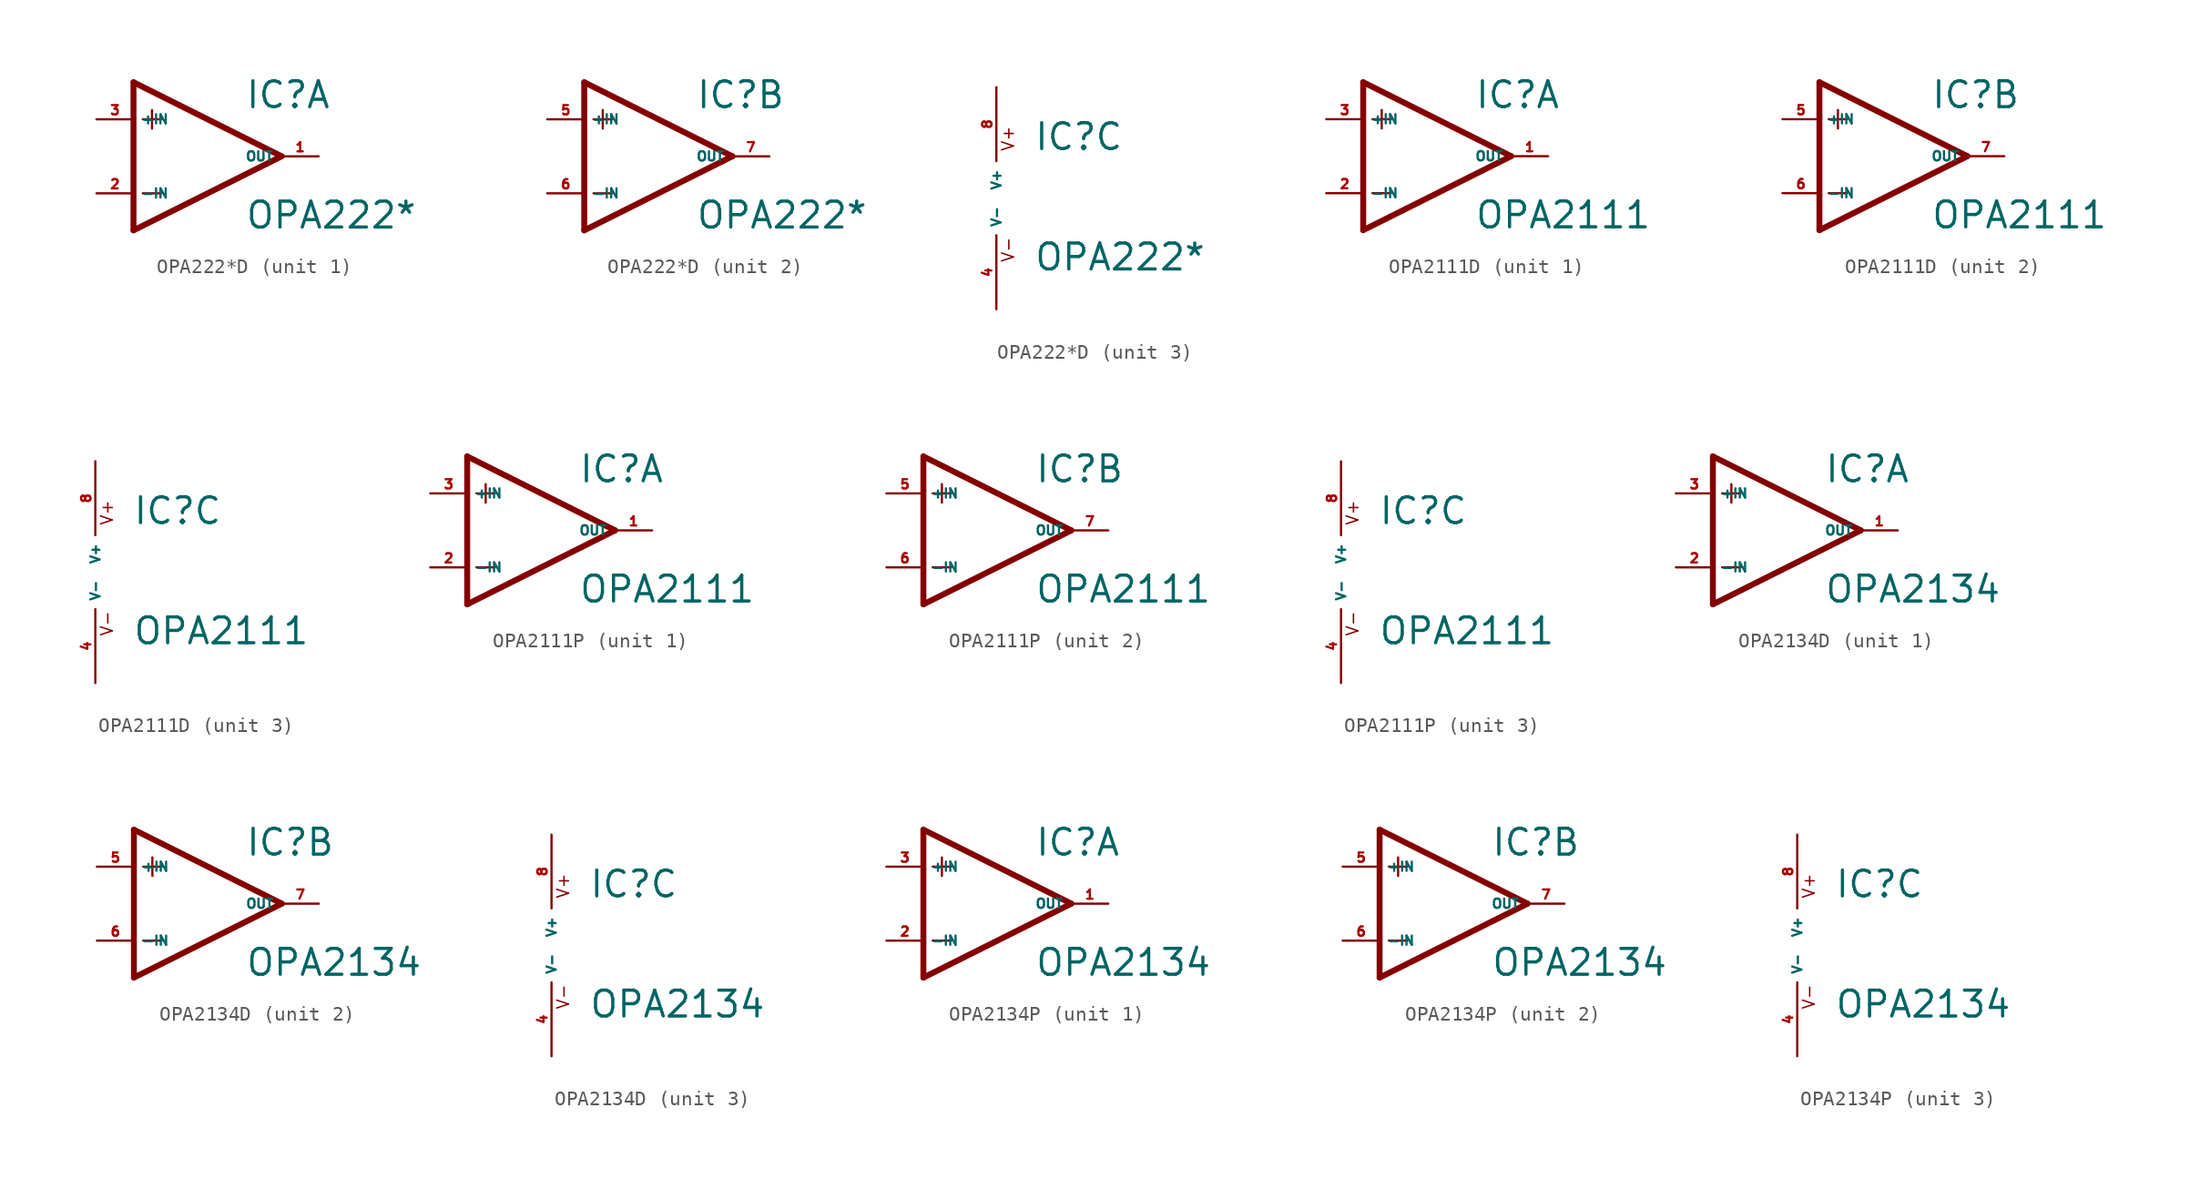
<source format=kicad_sym>
(kicad_symbol_lib
  (version 20220914)
  (generator Eagle2Kicad)
  (symbol "OPA222*D"
    (property "Reference" "IC"
      (at 2.54 3.175 0)
      (effects (font (size 1.778 1.778) (thickness 0.22)) (justify left bottom)))
    (property "Value" "OPA222*"
      (at 2.54 -5.08 0)
      (effects (font (size 1.778 1.778) (thickness 0.22)) (justify left bottom)))
    (symbol "OPA222*D_1_0"
      (polyline (pts (xy -5.08 5.08) (xy -5.08 -5.08)) (stroke (width 0.406) (type default)) (fill (type none)))
      (polyline (pts (xy -5.08 -5.08) (xy 5.08 0)) (stroke (width 0.406) (type default)) (fill (type none)))
      (polyline (pts (xy 5.08 0) (xy -5.08 5.08)) (stroke (width 0.406) (type default)) (fill (type none)))
      (polyline (pts (xy -3.81 3.175) (xy -3.81 1.905)) (stroke (width 0.152) (type default)) (fill (type none)))
      (polyline (pts (xy -4.445 2.54) (xy -3.175 2.54)) (stroke (width 0.152) (type default)) (fill (type none)))
      (polyline (pts (xy -4.445 -2.54) (xy -3.175 -2.54)) (stroke (width 0.152) (type default)) (fill (type none)))
      (pin input line (at -7.62 -2.54 0) (length 2.54) (name "-IN" (effects (font (size 0.635 0.635) (thickness 0.08)) (justify left bottom))) (number "2" (effects (font (size 0.635 0.635) (thickness 0.08)) (justify left bottom))))
      (pin input line (at -7.62 2.54 0) (length 2.54) (name "+IN" (effects (font (size 0.635 0.635) (thickness 0.08)) (justify left bottom))) (number "3" (effects (font (size 0.635 0.635) (thickness 0.08)) (justify left bottom))))
      (pin output line (at 7.62 0 180) (length 2.54) (name "OUT" (effects (font (size 0.635 0.635) (thickness 0.08)) (justify left bottom))) (number "1" (effects (font (size 0.635 0.635) (thickness 0.08)) (justify left bottom)))))
    (symbol "OPA222*D_2_0"
      (polyline (pts (xy -5.08 5.08) (xy -5.08 -5.08)) (stroke (width 0.406) (type default)) (fill (type none)))
      (polyline (pts (xy -5.08 -5.08) (xy 5.08 0)) (stroke (width 0.406) (type default)) (fill (type none)))
      (polyline (pts (xy 5.08 0) (xy -5.08 5.08)) (stroke (width 0.406) (type default)) (fill (type none)))
      (polyline (pts (xy -3.81 3.175) (xy -3.81 1.905)) (stroke (width 0.152) (type default)) (fill (type none)))
      (polyline (pts (xy -4.445 2.54) (xy -3.175 2.54)) (stroke (width 0.152) (type default)) (fill (type none)))
      (polyline (pts (xy -4.445 -2.54) (xy -3.175 -2.54)) (stroke (width 0.152) (type default)) (fill (type none)))
      (pin input line (at -7.62 -2.54 0) (length 2.54) (name "-IN" (effects (font (size 0.635 0.635) (thickness 0.08)) (justify left bottom))) (number "6" (effects (font (size 0.635 0.635) (thickness 0.08)) (justify left bottom))))
      (pin input line (at -7.62 2.54 0) (length 2.54) (name "+IN" (effects (font (size 0.635 0.635) (thickness 0.08)) (justify left bottom))) (number "5" (effects (font (size 0.635 0.635) (thickness 0.08)) (justify left bottom))))
      (pin output line (at 7.62 0 180) (length 2.54) (name "OUT" (effects (font (size 0.635 0.635) (thickness 0.08)) (justify left bottom))) (number "7" (effects (font (size 0.635 0.635) (thickness 0.08)) (justify left bottom)))))
    (symbol "OPA222*D_3_0"
      (text "V+" (at 1.27 3.175 900) (effects (font (size 0.813 0.813) (thickness 0.10)) (justify left bottom)))
      (text "V-" (at 1.27 -4.445 900) (effects (font (size 0.813 0.813) (thickness 0.10)) (justify left bottom)))
      (pin unspecified line (at 0 7.62 270) (length 5.08) (name "V+" (effects (font (size 0.635 0.635) (thickness 0.08)) (justify left bottom))) (number "8" (effects (font (size 0.635 0.635) (thickness 0.08)) (justify left bottom))))
      (pin unspecified line (at 0 -7.62 90) (length 5.08) (name "V-" (effects (font (size 0.635 0.635) (thickness 0.08)) (justify left bottom))) (number "4" (effects (font (size 0.635 0.635) (thickness 0.08)) (justify left bottom))))))
  (symbol "OPA2111D"
    (property "Reference" "IC"
      (at 2.54 3.175 0)
      (effects (font (size 1.778 1.778) (thickness 0.22)) (justify left bottom)))
    (property "Value" "OPA2111"
      (at 2.54 -5.08 0)
      (effects (font (size 1.778 1.778) (thickness 0.22)) (justify left bottom)))
    (symbol "OPA2111D_1_0"
      (polyline (pts (xy -5.08 5.08) (xy -5.08 -5.08)) (stroke (width 0.406) (type default)) (fill (type none)))
      (polyline (pts (xy -5.08 -5.08) (xy 5.08 0)) (stroke (width 0.406) (type default)) (fill (type none)))
      (polyline (pts (xy 5.08 0) (xy -5.08 5.08)) (stroke (width 0.406) (type default)) (fill (type none)))
      (polyline (pts (xy -3.81 3.175) (xy -3.81 1.905)) (stroke (width 0.152) (type default)) (fill (type none)))
      (polyline (pts (xy -4.445 2.54) (xy -3.175 2.54)) (stroke (width 0.152) (type default)) (fill (type none)))
      (polyline (pts (xy -4.445 -2.54) (xy -3.175 -2.54)) (stroke (width 0.152) (type default)) (fill (type none)))
      (pin input line (at -7.62 -2.54 0) (length 2.54) (name "-IN" (effects (font (size 0.635 0.635) (thickness 0.08)) (justify left bottom))) (number "2" (effects (font (size 0.635 0.635) (thickness 0.08)) (justify left bottom))))
      (pin input line (at -7.62 2.54 0) (length 2.54) (name "+IN" (effects (font (size 0.635 0.635) (thickness 0.08)) (justify left bottom))) (number "3" (effects (font (size 0.635 0.635) (thickness 0.08)) (justify left bottom))))
      (pin output line (at 7.62 0 180) (length 2.54) (name "OUT" (effects (font (size 0.635 0.635) (thickness 0.08)) (justify left bottom))) (number "1" (effects (font (size 0.635 0.635) (thickness 0.08)) (justify left bottom)))))
    (symbol "OPA2111D_2_0"
      (polyline (pts (xy -5.08 5.08) (xy -5.08 -5.08)) (stroke (width 0.406) (type default)) (fill (type none)))
      (polyline (pts (xy -5.08 -5.08) (xy 5.08 0)) (stroke (width 0.406) (type default)) (fill (type none)))
      (polyline (pts (xy 5.08 0) (xy -5.08 5.08)) (stroke (width 0.406) (type default)) (fill (type none)))
      (polyline (pts (xy -3.81 3.175) (xy -3.81 1.905)) (stroke (width 0.152) (type default)) (fill (type none)))
      (polyline (pts (xy -4.445 2.54) (xy -3.175 2.54)) (stroke (width 0.152) (type default)) (fill (type none)))
      (polyline (pts (xy -4.445 -2.54) (xy -3.175 -2.54)) (stroke (width 0.152) (type default)) (fill (type none)))
      (pin input line (at -7.62 -2.54 0) (length 2.54) (name "-IN" (effects (font (size 0.635 0.635) (thickness 0.08)) (justify left bottom))) (number "6" (effects (font (size 0.635 0.635) (thickness 0.08)) (justify left bottom))))
      (pin input line (at -7.62 2.54 0) (length 2.54) (name "+IN" (effects (font (size 0.635 0.635) (thickness 0.08)) (justify left bottom))) (number "5" (effects (font (size 0.635 0.635) (thickness 0.08)) (justify left bottom))))
      (pin output line (at 7.62 0 180) (length 2.54) (name "OUT" (effects (font (size 0.635 0.635) (thickness 0.08)) (justify left bottom))) (number "7" (effects (font (size 0.635 0.635) (thickness 0.08)) (justify left bottom)))))
    (symbol "OPA2111D_3_0"
      (text "V+" (at 1.27 3.175 900) (effects (font (size 0.813 0.813) (thickness 0.10)) (justify left bottom)))
      (text "V-" (at 1.27 -4.445 900) (effects (font (size 0.813 0.813) (thickness 0.10)) (justify left bottom)))
      (pin unspecified line (at 0 7.62 270) (length 5.08) (name "V+" (effects (font (size 0.635 0.635) (thickness 0.08)) (justify left bottom))) (number "8" (effects (font (size 0.635 0.635) (thickness 0.08)) (justify left bottom))))
      (pin unspecified line (at 0 -7.62 90) (length 5.08) (name "V-" (effects (font (size 0.635 0.635) (thickness 0.08)) (justify left bottom))) (number "4" (effects (font (size 0.635 0.635) (thickness 0.08)) (justify left bottom))))))
  (symbol "OPA2111P"
    (property "Reference" "IC"
      (at 2.54 3.175 0)
      (effects (font (size 1.778 1.778) (thickness 0.22)) (justify left bottom)))
    (property "Value" "OPA2111"
      (at 2.54 -5.08 0)
      (effects (font (size 1.778 1.778) (thickness 0.22)) (justify left bottom)))
    (symbol "OPA2111P_1_0"
      (polyline (pts (xy -5.08 5.08) (xy -5.08 -5.08)) (stroke (width 0.406) (type default)) (fill (type none)))
      (polyline (pts (xy -5.08 -5.08) (xy 5.08 0)) (stroke (width 0.406) (type default)) (fill (type none)))
      (polyline (pts (xy 5.08 0) (xy -5.08 5.08)) (stroke (width 0.406) (type default)) (fill (type none)))
      (polyline (pts (xy -3.81 3.175) (xy -3.81 1.905)) (stroke (width 0.152) (type default)) (fill (type none)))
      (polyline (pts (xy -4.445 2.54) (xy -3.175 2.54)) (stroke (width 0.152) (type default)) (fill (type none)))
      (polyline (pts (xy -4.445 -2.54) (xy -3.175 -2.54)) (stroke (width 0.152) (type default)) (fill (type none)))
      (pin input line (at -7.62 -2.54 0) (length 2.54) (name "-IN" (effects (font (size 0.635 0.635) (thickness 0.08)) (justify left bottom))) (number "2" (effects (font (size 0.635 0.635) (thickness 0.08)) (justify left bottom))))
      (pin input line (at -7.62 2.54 0) (length 2.54) (name "+IN" (effects (font (size 0.635 0.635) (thickness 0.08)) (justify left bottom))) (number "3" (effects (font (size 0.635 0.635) (thickness 0.08)) (justify left bottom))))
      (pin output line (at 7.62 0 180) (length 2.54) (name "OUT" (effects (font (size 0.635 0.635) (thickness 0.08)) (justify left bottom))) (number "1" (effects (font (size 0.635 0.635) (thickness 0.08)) (justify left bottom)))))
    (symbol "OPA2111P_2_0"
      (polyline (pts (xy -5.08 5.08) (xy -5.08 -5.08)) (stroke (width 0.406) (type default)) (fill (type none)))
      (polyline (pts (xy -5.08 -5.08) (xy 5.08 0)) (stroke (width 0.406) (type default)) (fill (type none)))
      (polyline (pts (xy 5.08 0) (xy -5.08 5.08)) (stroke (width 0.406) (type default)) (fill (type none)))
      (polyline (pts (xy -3.81 3.175) (xy -3.81 1.905)) (stroke (width 0.152) (type default)) (fill (type none)))
      (polyline (pts (xy -4.445 2.54) (xy -3.175 2.54)) (stroke (width 0.152) (type default)) (fill (type none)))
      (polyline (pts (xy -4.445 -2.54) (xy -3.175 -2.54)) (stroke (width 0.152) (type default)) (fill (type none)))
      (pin input line (at -7.62 -2.54 0) (length 2.54) (name "-IN" (effects (font (size 0.635 0.635) (thickness 0.08)) (justify left bottom))) (number "6" (effects (font (size 0.635 0.635) (thickness 0.08)) (justify left bottom))))
      (pin input line (at -7.62 2.54 0) (length 2.54) (name "+IN" (effects (font (size 0.635 0.635) (thickness 0.08)) (justify left bottom))) (number "5" (effects (font (size 0.635 0.635) (thickness 0.08)) (justify left bottom))))
      (pin output line (at 7.62 0 180) (length 2.54) (name "OUT" (effects (font (size 0.635 0.635) (thickness 0.08)) (justify left bottom))) (number "7" (effects (font (size 0.635 0.635) (thickness 0.08)) (justify left bottom)))))
    (symbol "OPA2111P_3_0"
      (text "V+" (at 1.27 3.175 900) (effects (font (size 0.813 0.813) (thickness 0.10)) (justify left bottom)))
      (text "V-" (at 1.27 -4.445 900) (effects (font (size 0.813 0.813) (thickness 0.10)) (justify left bottom)))
      (pin unspecified line (at 0 7.62 270) (length 5.08) (name "V+" (effects (font (size 0.635 0.635) (thickness 0.08)) (justify left bottom))) (number "8" (effects (font (size 0.635 0.635) (thickness 0.08)) (justify left bottom))))
      (pin unspecified line (at 0 -7.62 90) (length 5.08) (name "V-" (effects (font (size 0.635 0.635) (thickness 0.08)) (justify left bottom))) (number "4" (effects (font (size 0.635 0.635) (thickness 0.08)) (justify left bottom))))))
  (symbol "OPA2134D"
    (property "Reference" "IC"
      (at 2.54 3.175 0)
      (effects (font (size 1.778 1.778) (thickness 0.22)) (justify left bottom)))
    (property "Value" "OPA2134"
      (at 2.54 -5.08 0)
      (effects (font (size 1.778 1.778) (thickness 0.22)) (justify left bottom)))
    (symbol "OPA2134D_1_0"
      (polyline (pts (xy -5.08 5.08) (xy -5.08 -5.08)) (stroke (width 0.406) (type default)) (fill (type none)))
      (polyline (pts (xy -5.08 -5.08) (xy 5.08 0)) (stroke (width 0.406) (type default)) (fill (type none)))
      (polyline (pts (xy 5.08 0) (xy -5.08 5.08)) (stroke (width 0.406) (type default)) (fill (type none)))
      (polyline (pts (xy -3.81 3.175) (xy -3.81 1.905)) (stroke (width 0.152) (type default)) (fill (type none)))
      (polyline (pts (xy -4.445 2.54) (xy -3.175 2.54)) (stroke (width 0.152) (type default)) (fill (type none)))
      (polyline (pts (xy -4.445 -2.54) (xy -3.175 -2.54)) (stroke (width 0.152) (type default)) (fill (type none)))
      (pin input line (at -7.62 -2.54 0) (length 2.54) (name "-IN" (effects (font (size 0.635 0.635) (thickness 0.08)) (justify left bottom))) (number "2" (effects (font (size 0.635 0.635) (thickness 0.08)) (justify left bottom))))
      (pin input line (at -7.62 2.54 0) (length 2.54) (name "+IN" (effects (font (size 0.635 0.635) (thickness 0.08)) (justify left bottom))) (number "3" (effects (font (size 0.635 0.635) (thickness 0.08)) (justify left bottom))))
      (pin output line (at 7.62 0 180) (length 2.54) (name "OUT" (effects (font (size 0.635 0.635) (thickness 0.08)) (justify left bottom))) (number "1" (effects (font (size 0.635 0.635) (thickness 0.08)) (justify left bottom)))))
    (symbol "OPA2134D_2_0"
      (polyline (pts (xy -5.08 5.08) (xy -5.08 -5.08)) (stroke (width 0.406) (type default)) (fill (type none)))
      (polyline (pts (xy -5.08 -5.08) (xy 5.08 0)) (stroke (width 0.406) (type default)) (fill (type none)))
      (polyline (pts (xy 5.08 0) (xy -5.08 5.08)) (stroke (width 0.406) (type default)) (fill (type none)))
      (polyline (pts (xy -3.81 3.175) (xy -3.81 1.905)) (stroke (width 0.152) (type default)) (fill (type none)))
      (polyline (pts (xy -4.445 2.54) (xy -3.175 2.54)) (stroke (width 0.152) (type default)) (fill (type none)))
      (polyline (pts (xy -4.445 -2.54) (xy -3.175 -2.54)) (stroke (width 0.152) (type default)) (fill (type none)))
      (pin input line (at -7.62 -2.54 0) (length 2.54) (name "-IN" (effects (font (size 0.635 0.635) (thickness 0.08)) (justify left bottom))) (number "6" (effects (font (size 0.635 0.635) (thickness 0.08)) (justify left bottom))))
      (pin input line (at -7.62 2.54 0) (length 2.54) (name "+IN" (effects (font (size 0.635 0.635) (thickness 0.08)) (justify left bottom))) (number "5" (effects (font (size 0.635 0.635) (thickness 0.08)) (justify left bottom))))
      (pin output line (at 7.62 0 180) (length 2.54) (name "OUT" (effects (font (size 0.635 0.635) (thickness 0.08)) (justify left bottom))) (number "7" (effects (font (size 0.635 0.635) (thickness 0.08)) (justify left bottom)))))
    (symbol "OPA2134D_3_0"
      (text "V+" (at 1.27 3.175 900) (effects (font (size 0.813 0.813) (thickness 0.10)) (justify left bottom)))
      (text "V-" (at 1.27 -4.445 900) (effects (font (size 0.813 0.813) (thickness 0.10)) (justify left bottom)))
      (pin unspecified line (at 0 7.62 270) (length 5.08) (name "V+" (effects (font (size 0.635 0.635) (thickness 0.08)) (justify left bottom))) (number "8" (effects (font (size 0.635 0.635) (thickness 0.08)) (justify left bottom))))
      (pin unspecified line (at 0 -7.62 90) (length 5.08) (name "V-" (effects (font (size 0.635 0.635) (thickness 0.08)) (justify left bottom))) (number "4" (effects (font (size 0.635 0.635) (thickness 0.08)) (justify left bottom))))))
  (symbol "OPA2134P"
    (property "Reference" "IC"
      (at 2.54 3.175 0)
      (effects (font (size 1.778 1.778) (thickness 0.22)) (justify left bottom)))
    (property "Value" "OPA2134"
      (at 2.54 -5.08 0)
      (effects (font (size 1.778 1.778) (thickness 0.22)) (justify left bottom)))
    (symbol "OPA2134P_1_0"
      (polyline (pts (xy -5.08 5.08) (xy -5.08 -5.08)) (stroke (width 0.406) (type default)) (fill (type none)))
      (polyline (pts (xy -5.08 -5.08) (xy 5.08 0)) (stroke (width 0.406) (type default)) (fill (type none)))
      (polyline (pts (xy 5.08 0) (xy -5.08 5.08)) (stroke (width 0.406) (type default)) (fill (type none)))
      (polyline (pts (xy -3.81 3.175) (xy -3.81 1.905)) (stroke (width 0.152) (type default)) (fill (type none)))
      (polyline (pts (xy -4.445 2.54) (xy -3.175 2.54)) (stroke (width 0.152) (type default)) (fill (type none)))
      (polyline (pts (xy -4.445 -2.54) (xy -3.175 -2.54)) (stroke (width 0.152) (type default)) (fill (type none)))
      (pin input line (at -7.62 -2.54 0) (length 2.54) (name "-IN" (effects (font (size 0.635 0.635) (thickness 0.08)) (justify left bottom))) (number "2" (effects (font (size 0.635 0.635) (thickness 0.08)) (justify left bottom))))
      (pin input line (at -7.62 2.54 0) (length 2.54) (name "+IN" (effects (font (size 0.635 0.635) (thickness 0.08)) (justify left bottom))) (number "3" (effects (font (size 0.635 0.635) (thickness 0.08)) (justify left bottom))))
      (pin output line (at 7.62 0 180) (length 2.54) (name "OUT" (effects (font (size 0.635 0.635) (thickness 0.08)) (justify left bottom))) (number "1" (effects (font (size 0.635 0.635) (thickness 0.08)) (justify left bottom)))))
    (symbol "OPA2134P_2_0"
      (polyline (pts (xy -5.08 5.08) (xy -5.08 -5.08)) (stroke (width 0.406) (type default)) (fill (type none)))
      (polyline (pts (xy -5.08 -5.08) (xy 5.08 0)) (stroke (width 0.406) (type default)) (fill (type none)))
      (polyline (pts (xy 5.08 0) (xy -5.08 5.08)) (stroke (width 0.406) (type default)) (fill (type none)))
      (polyline (pts (xy -3.81 3.175) (xy -3.81 1.905)) (stroke (width 0.152) (type default)) (fill (type none)))
      (polyline (pts (xy -4.445 2.54) (xy -3.175 2.54)) (stroke (width 0.152) (type default)) (fill (type none)))
      (polyline (pts (xy -4.445 -2.54) (xy -3.175 -2.54)) (stroke (width 0.152) (type default)) (fill (type none)))
      (pin input line (at -7.62 -2.54 0) (length 2.54) (name "-IN" (effects (font (size 0.635 0.635) (thickness 0.08)) (justify left bottom))) (number "6" (effects (font (size 0.635 0.635) (thickness 0.08)) (justify left bottom))))
      (pin input line (at -7.62 2.54 0) (length 2.54) (name "+IN" (effects (font (size 0.635 0.635) (thickness 0.08)) (justify left bottom))) (number "5" (effects (font (size 0.635 0.635) (thickness 0.08)) (justify left bottom))))
      (pin output line (at 7.62 0 180) (length 2.54) (name "OUT" (effects (font (size 0.635 0.635) (thickness 0.08)) (justify left bottom))) (number "7" (effects (font (size 0.635 0.635) (thickness 0.08)) (justify left bottom)))))
    (symbol "OPA2134P_3_0"
      (text "V+" (at 1.27 3.175 900) (effects (font (size 0.813 0.813) (thickness 0.10)) (justify left bottom)))
      (text "V-" (at 1.27 -4.445 900) (effects (font (size 0.813 0.813) (thickness 0.10)) (justify left bottom)))
      (pin unspecified line (at 0 7.62 270) (length 5.08) (name "V+" (effects (font (size 0.635 0.635) (thickness 0.08)) (justify left bottom))) (number "8" (effects (font (size 0.635 0.635) (thickness 0.08)) (justify left bottom))))
      (pin unspecified line (at 0 -7.62 90) (length 5.08) (name "V-" (effects (font (size 0.635 0.635) (thickness 0.08)) (justify left bottom))) (number "4" (effects (font (size 0.635 0.635) (thickness 0.08)) (justify left bottom)))))))
</source>
